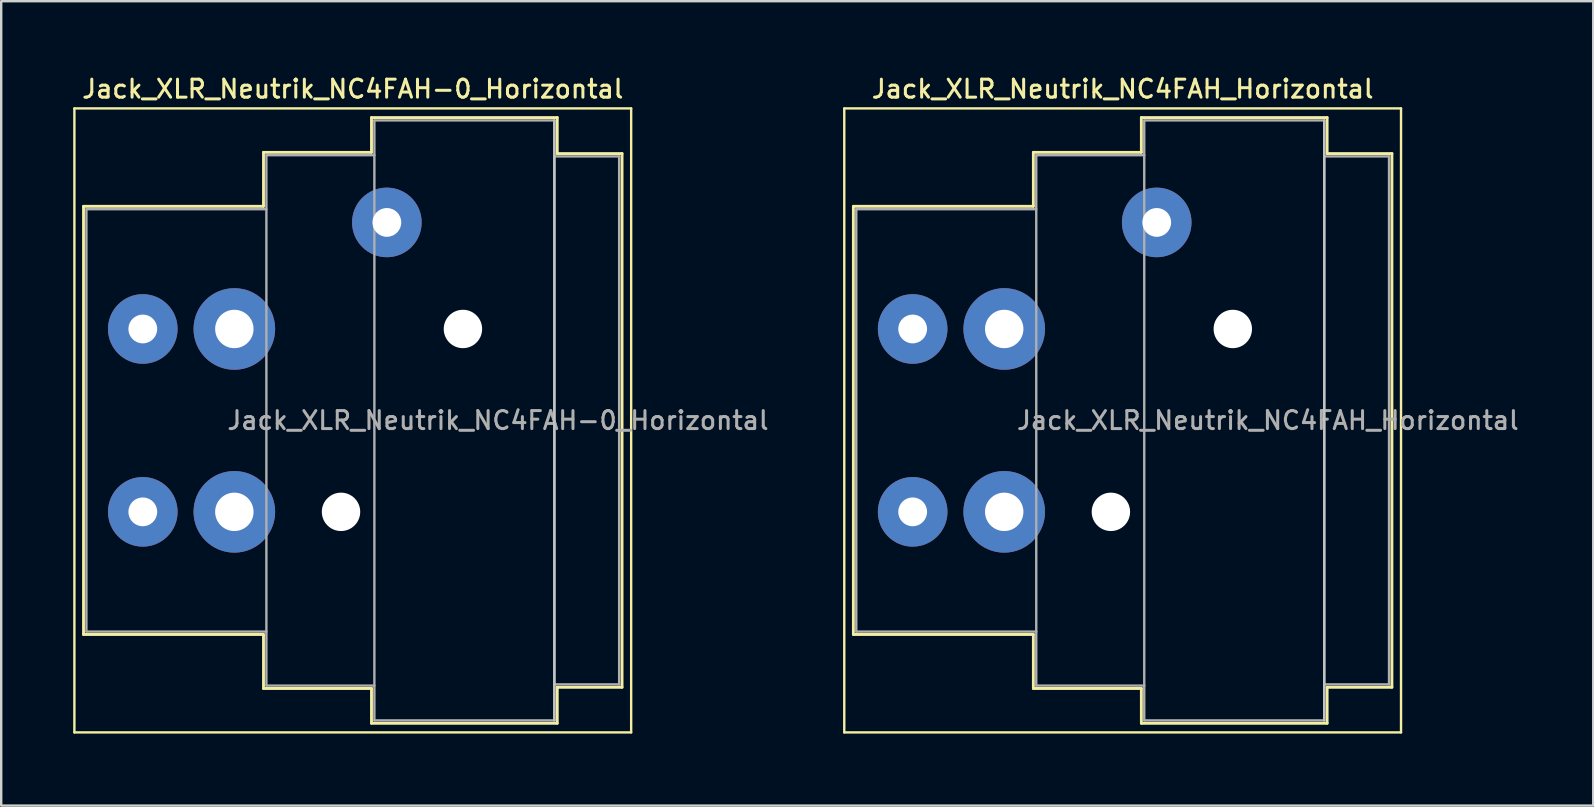
<source format=kicad_pcb>
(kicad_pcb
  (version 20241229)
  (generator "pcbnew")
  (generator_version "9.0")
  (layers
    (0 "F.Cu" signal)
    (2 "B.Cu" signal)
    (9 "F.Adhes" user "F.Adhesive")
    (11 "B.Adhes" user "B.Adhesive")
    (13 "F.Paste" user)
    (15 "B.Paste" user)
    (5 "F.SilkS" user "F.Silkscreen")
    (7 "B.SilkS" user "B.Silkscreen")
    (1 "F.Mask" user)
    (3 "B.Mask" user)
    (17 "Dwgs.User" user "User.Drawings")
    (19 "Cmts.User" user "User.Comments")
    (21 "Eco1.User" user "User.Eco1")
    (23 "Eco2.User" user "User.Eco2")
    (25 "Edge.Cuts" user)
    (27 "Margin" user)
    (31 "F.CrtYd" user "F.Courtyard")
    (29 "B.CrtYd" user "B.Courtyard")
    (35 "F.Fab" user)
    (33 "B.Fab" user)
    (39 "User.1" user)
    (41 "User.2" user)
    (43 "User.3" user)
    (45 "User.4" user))
  (footprint "Jack_XLR_Neutrik_NC4FAH_Horizontal"
    (layer "F.Cu")
    (at 34.98 10.658)
    (property "Reference" "Jack_XLR_Neutrik_NC4FAH_Horizontal" (at 8.75 -10 0) (layer "F.SilkS") (effects (font (size 0.75 0.75) (thickness 0.125))))
    (attr through_hole)
    (fp_line (start -2.85 -9.19) (end -2.85 16.81) (stroke (width 0.1) (type solid)) (layer "F.SilkS"))
    (fp_line (start -2.47 -5.11) (end -2.47 12.73) (stroke (width 0.12) (type solid)) (layer "F.SilkS"))
    (fp_line (start 5.03 -5.11) (end -2.47 -5.11) (stroke (width 0.12) (type solid)) (layer "F.SilkS"))
    (fp_line (start 5.03 -5.11) (end 5.03 -7.36) (stroke (width 0.12) (type solid)) (layer "F.SilkS"))
    (fp_line (start 5.03 12.73) (end -2.47 12.73) (stroke (width 0.12) (type solid)) (layer "F.SilkS"))
    (fp_line (start 5.03 12.73) (end 5.03 14.98) (stroke (width 0.12) (type solid)) (layer "F.SilkS"))
    (fp_line (start 9.53 -7.36) (end 5.03 -7.36) (stroke (width 0.12) (type solid)) (layer "F.SilkS"))
    (fp_line (start 9.53 -7.36) (end 9.53 -8.81) (stroke (width 0.12) (type solid)) (layer "F.SilkS"))
    (fp_line (start 9.53 14.98) (end 5.03 14.98) (stroke (width 0.12) (type solid)) (layer "F.SilkS"))
    (fp_line (start 9.53 16.43) (end 9.53 14.98) (stroke (width 0.12) (type solid)) (layer "F.SilkS"))
    (fp_line (start 17.27 -8.81) (end 9.53 -8.81) (stroke (width 0.12) (type solid)) (layer "F.SilkS"))
    (fp_line (start 17.27 -8.81) (end 17.27 -7.31) (stroke (width 0.12) (type solid)) (layer "F.SilkS"))
    (fp_line (start 17.27 -7.31) (end 19.97 -7.31) (stroke (width 0.12) (type solid)) (layer "F.SilkS"))
    (fp_line (start 17.27 14.93) (end 17.27 16.43) (stroke (width 0.12) (type solid)) (layer "F.SilkS"))
    (fp_line (start 17.27 14.93) (end 19.97 14.93) (stroke (width 0.12) (type solid)) (layer "F.SilkS"))
    (fp_line (start 17.27 16.43) (end 9.53 16.43) (stroke (width 0.12) (type solid)) (layer "F.SilkS"))
    (fp_line (start 19.97 -7.31) (end 19.97 14.93) (stroke (width 0.12) (type solid)) (layer "F.SilkS"))
    (fp_line (start 20.35 -9.19) (end -2.85 -9.19) (stroke (width 0.1) (type solid)) (layer "F.SilkS"))
    (fp_line (start 20.35 -9.19) (end 20.35 16.81) (stroke (width 0.1) (type solid)) (layer "F.SilkS"))
    (fp_line (start 20.35 16.81) (end -2.85 16.81) (stroke (width 0.1) (type solid)) (layer "F.SilkS"))
    (fp_line (start 17.15 -8.69) (end 17.15 16.31) (stroke (width 0.1) (type solid)) (layer "Dwgs.User"))
    (fp_line (start -2.35 -4.99) (end -2.35 12.61) (stroke (width 0.1) (type solid)) (layer "F.Fab"))
    (fp_line (start 5.15 -4.99) (end -2.35 -4.99) (stroke (width 0.1) (type solid)) (layer "F.Fab"))
    (fp_line (start 5.15 12.61) (end -2.35 12.61) (stroke (width 0.1) (type solid)) (layer "F.Fab"))
    (fp_line (start 5.15 14.86) (end 5.15 -7.24) (stroke (width 0.1) (type solid)) (layer "F.Fab"))
    (fp_line (start 5.15 14.86) (end 9.65 14.86) (stroke (width 0.1) (type solid)) (layer "F.Fab"))
    (fp_line (start 9.65 -8.69) (end 17.15 -8.69) (stroke (width 0.1) (type solid)) (layer "F.Fab"))
    (fp_line (start 9.65 -7.24) (end 5.15 -7.24) (stroke (width 0.1) (type solid)) (layer "F.Fab"))
    (fp_line (start 9.65 16.31) (end 9.65 -8.69) (stroke (width 0.1) (type solid)) (layer "F.Fab"))
    (fp_line (start 17.15 -8.69) (end 17.15 16.31) (stroke (width 0.1) (type solid)) (layer "F.Fab"))
    (fp_line (start 17.15 -7.19) (end 19.85 -7.19) (stroke (width 0.1) (type solid)) (layer "F.Fab"))
    (fp_line (start 17.15 16.31) (end 9.65 16.31) (stroke (width 0.1) (type solid)) (layer "F.Fab"))
    (fp_line (start 19.85 -7.19) (end 19.85 14.81) (stroke (width 0.1) (type solid)) (layer "F.Fab"))
    (fp_line (start 19.85 14.81) (end 17.15 14.81) (stroke (width 0.1) (type solid)) (layer "F.Fab"))
    (fp_text user "${REFERENCE}" (at 14.8 3.81 0) (layer "F.Fab") (effects (font (size 0.75 0.75) (thickness 0.125))))
    (pad "" np_thru_hole circle (at 8.26 7.62) (size 1.6 1.6) (drill 1.6) (layers "*.Cu" "*.Mask"))
    (pad "" np_thru_hole circle (at 13.34 0) (size 1.6 1.6) (drill 1.6) (layers "*.Cu" "*.Mask"))
    (pad "1" thru_hole circle (at 0 0) (size 2.9 2.9) (drill 1.2) (layers "*.Cu" "*.Mask"))
    (pad "2" thru_hole circle (at 3.815 0) (size 3.4 3.4) (drill 1.6) (layers "*.Cu" "*.Mask"))
    (pad "3" thru_hole circle (at 3.815 7.62) (size 3.4 3.4) (drill 1.6) (layers "*.Cu" "*.Mask"))
    (pad "4" thru_hole circle (at 0 7.62) (size 2.9 2.9) (drill 1.2) (layers "*.Cu" "*.Mask"))
    (pad "G" thru_hole circle (at 10.17 -4.44) (size 2.9 2.9) (drill 1.2) (layers "*.Cu" "*.Mask")))
  (footprint "Jack_XLR_Neutrik_NC4FAH-0_Horizontal"
    (layer "F.Cu")
    (at 2.9 10.658)
    (property "Reference" "Jack_XLR_Neutrik_NC4FAH-0_Horizontal" (at 8.75 -10 0) (layer "F.SilkS") (effects (font (size 0.75 0.75) (thickness 0.125))))
    (attr through_hole)
    (fp_line (start -2.85 -9.19) (end -2.85 16.81) (stroke (width 0.1) (type solid)) (layer "F.SilkS"))
    (fp_line (start -2.47 -5.11) (end -2.47 12.73) (stroke (width 0.12) (type solid)) (layer "F.SilkS"))
    (fp_line (start 5.03 -5.11) (end -2.47 -5.11) (stroke (width 0.12) (type solid)) (layer "F.SilkS"))
    (fp_line (start 5.03 -5.11) (end 5.03 -7.36) (stroke (width 0.12) (type solid)) (layer "F.SilkS"))
    (fp_line (start 5.03 12.73) (end -2.47 12.73) (stroke (width 0.12) (type solid)) (layer "F.SilkS"))
    (fp_line (start 5.03 12.73) (end 5.03 14.98) (stroke (width 0.12) (type solid)) (layer "F.SilkS"))
    (fp_line (start 9.53 -7.36) (end 5.03 -7.36) (stroke (width 0.12) (type solid)) (layer "F.SilkS"))
    (fp_line (start 9.53 -7.36) (end 9.53 -8.81) (stroke (width 0.12) (type solid)) (layer "F.SilkS"))
    (fp_line (start 9.53 14.98) (end 5.03 14.98) (stroke (width 0.12) (type solid)) (layer "F.SilkS"))
    (fp_line (start 9.53 16.43) (end 9.53 14.98) (stroke (width 0.12) (type solid)) (layer "F.SilkS"))
    (fp_line (start 17.27 -8.81) (end 9.53 -8.81) (stroke (width 0.12) (type solid)) (layer "F.SilkS"))
    (fp_line (start 17.27 -8.81) (end 17.27 -7.31) (stroke (width 0.12) (type solid)) (layer "F.SilkS"))
    (fp_line (start 17.27 -7.31) (end 19.97 -7.31) (stroke (width 0.12) (type solid)) (layer "F.SilkS"))
    (fp_line (start 17.27 14.93) (end 17.27 16.43) (stroke (width 0.12) (type solid)) (layer "F.SilkS"))
    (fp_line (start 17.27 14.93) (end 19.97 14.93) (stroke (width 0.12) (type solid)) (layer "F.SilkS"))
    (fp_line (start 17.27 16.43) (end 9.53 16.43) (stroke (width 0.12) (type solid)) (layer "F.SilkS"))
    (fp_line (start 19.97 -7.31) (end 19.97 14.93) (stroke (width 0.12) (type solid)) (layer "F.SilkS"))
    (fp_line (start 20.35 -9.19) (end -2.85 -9.19) (stroke (width 0.1) (type solid)) (layer "F.SilkS"))
    (fp_line (start 20.35 -9.19) (end 20.35 16.81) (stroke (width 0.1) (type solid)) (layer "F.SilkS"))
    (fp_line (start 20.35 16.81) (end -2.85 16.81) (stroke (width 0.1) (type solid)) (layer "F.SilkS"))
    (fp_line (start 17.15 -8.69) (end 17.15 16.31) (stroke (width 0.1) (type solid)) (layer "Dwgs.User"))
    (fp_line (start -2.35 -4.99) (end -2.35 12.61) (stroke (width 0.1) (type solid)) (layer "F.Fab"))
    (fp_line (start 5.15 -4.99) (end -2.35 -4.99) (stroke (width 0.1) (type solid)) (layer "F.Fab"))
    (fp_line (start 5.15 12.61) (end -2.35 12.61) (stroke (width 0.1) (type solid)) (layer "F.Fab"))
    (fp_line (start 5.15 14.86) (end 5.15 -7.24) (stroke (width 0.1) (type solid)) (layer "F.Fab"))
    (fp_line (start 5.15 14.86) (end 9.65 14.86) (stroke (width 0.1) (type solid)) (layer "F.Fab"))
    (fp_line (start 9.65 -8.69) (end 17.15 -8.69) (stroke (width 0.1) (type solid)) (layer "F.Fab"))
    (fp_line (start 9.65 -7.24) (end 5.15 -7.24) (stroke (width 0.1) (type solid)) (layer "F.Fab"))
    (fp_line (start 9.65 16.31) (end 9.65 -8.69) (stroke (width 0.1) (type solid)) (layer "F.Fab"))
    (fp_line (start 17.15 -8.69) (end 17.15 16.31) (stroke (width 0.1) (type solid)) (layer "F.Fab"))
    (fp_line (start 17.15 -7.19) (end 19.85 -7.19) (stroke (width 0.1) (type solid)) (layer "F.Fab"))
    (fp_line (start 17.15 16.31) (end 9.65 16.31) (stroke (width 0.1) (type solid)) (layer "F.Fab"))
    (fp_line (start 19.85 -7.19) (end 19.85 14.81) (stroke (width 0.1) (type solid)) (layer "F.Fab"))
    (fp_line (start 19.85 14.81) (end 17.15 14.81) (stroke (width 0.1) (type solid)) (layer "F.Fab"))
    (fp_text user "${REFERENCE}" (at 14.8 3.81 0) (layer "F.Fab") (effects (font (size 0.75 0.75) (thickness 0.125))))
    (pad "" np_thru_hole circle (at 8.26 7.62) (size 1.6 1.6) (drill 1.6) (layers "*.Cu" "*.Mask"))
    (pad "" np_thru_hole circle (at 13.34 0) (size 1.6 1.6) (drill 1.6) (layers "*.Cu" "*.Mask"))
    (pad "1" thru_hole circle (at 0 0) (size 2.9 2.9) (drill 1.2) (layers "*.Cu" "*.Mask"))
    (pad "2" thru_hole circle (at 3.815 0) (size 3.4 3.4) (drill 1.6) (layers "*.Cu" "*.Mask"))
    (pad "3" thru_hole circle (at 3.815 7.62) (size 3.4 3.4) (drill 1.6) (layers "*.Cu" "*.Mask"))
    (pad "4" thru_hole circle (at 0 7.62) (size 2.9 2.9) (drill 1.2) (layers "*.Cu" "*.Mask"))
    (pad "G" thru_hole circle (at 10.17 -4.44) (size 2.9 2.9) (drill 1.2) (layers "*.Cu" "*.Mask")))
  (gr_rect
    (start -3 -3)
    (end 63.339 30.518)
    (stroke (width 0.1) (type default))
    (fill no)
    (layer "Edge.Cuts")))
</source>
